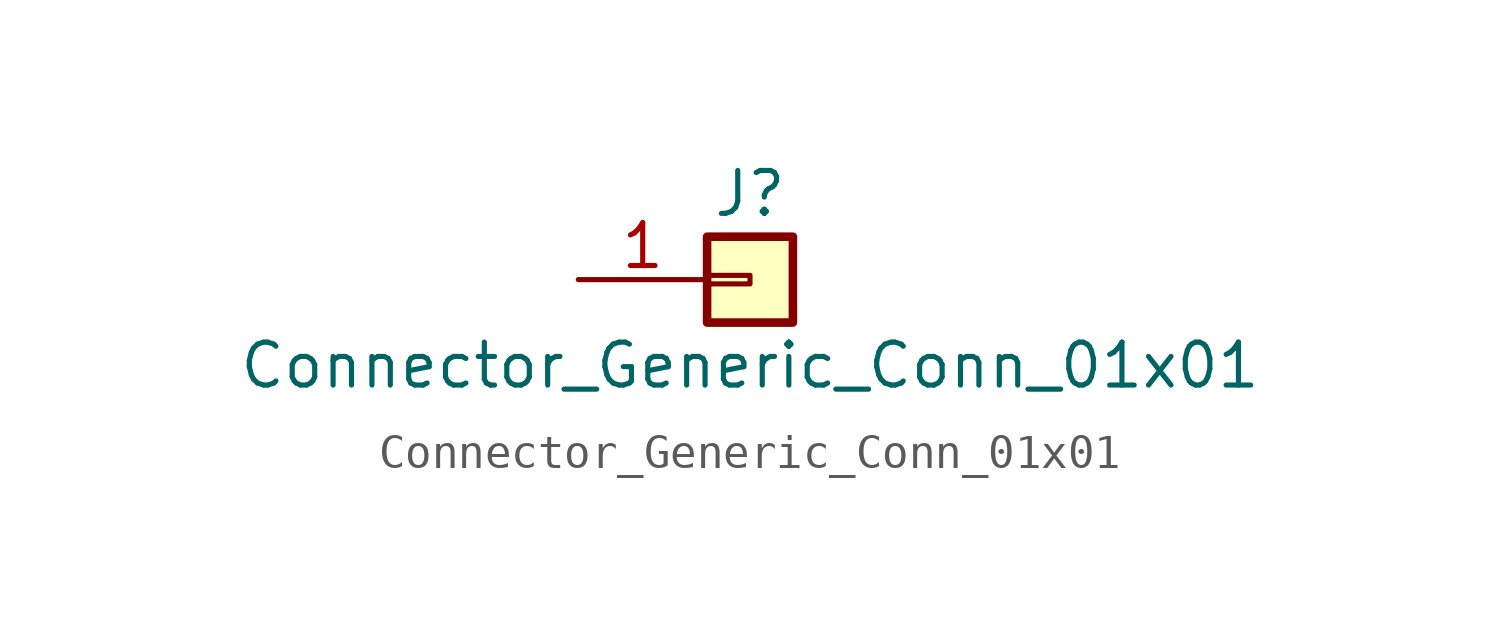
<source format=kicad_sym>
(kicad_symbol_lib
  (version 20201005)
  (generator kicad_symbol_editor)
  (symbol "arisutea-pcb:Connector_Generic_Conn_01x01"
    (pin_names
      (offset 1.016) hide)
    (property "Reference" "J"
      (at 0 2.54 0)
      (effects (font (size 1.27 1.27))))
    (property "Value" "Connector_Generic_Conn_01x01"
      (at 0 -2.54 0)
      (effects (font (size 1.27 1.27))))
    (symbol "Connector_Generic_Conn_01x01_1_1"
      (rectangle (start -1.27 0.127) (end 0 -0.127) (stroke (width 0.152)) (fill (type none)))
      (rectangle (start -1.27 1.27) (end 1.27 -1.27) (stroke (width 0.254)) (fill (type background)))
      (pin passive line (at -5.08 0 0) (length 3.81) (name "Pin_1" (effects (font (size 1.27 1.27)))) (number "1" (effects (font (size 1.27 1.27))))))))
</source>
